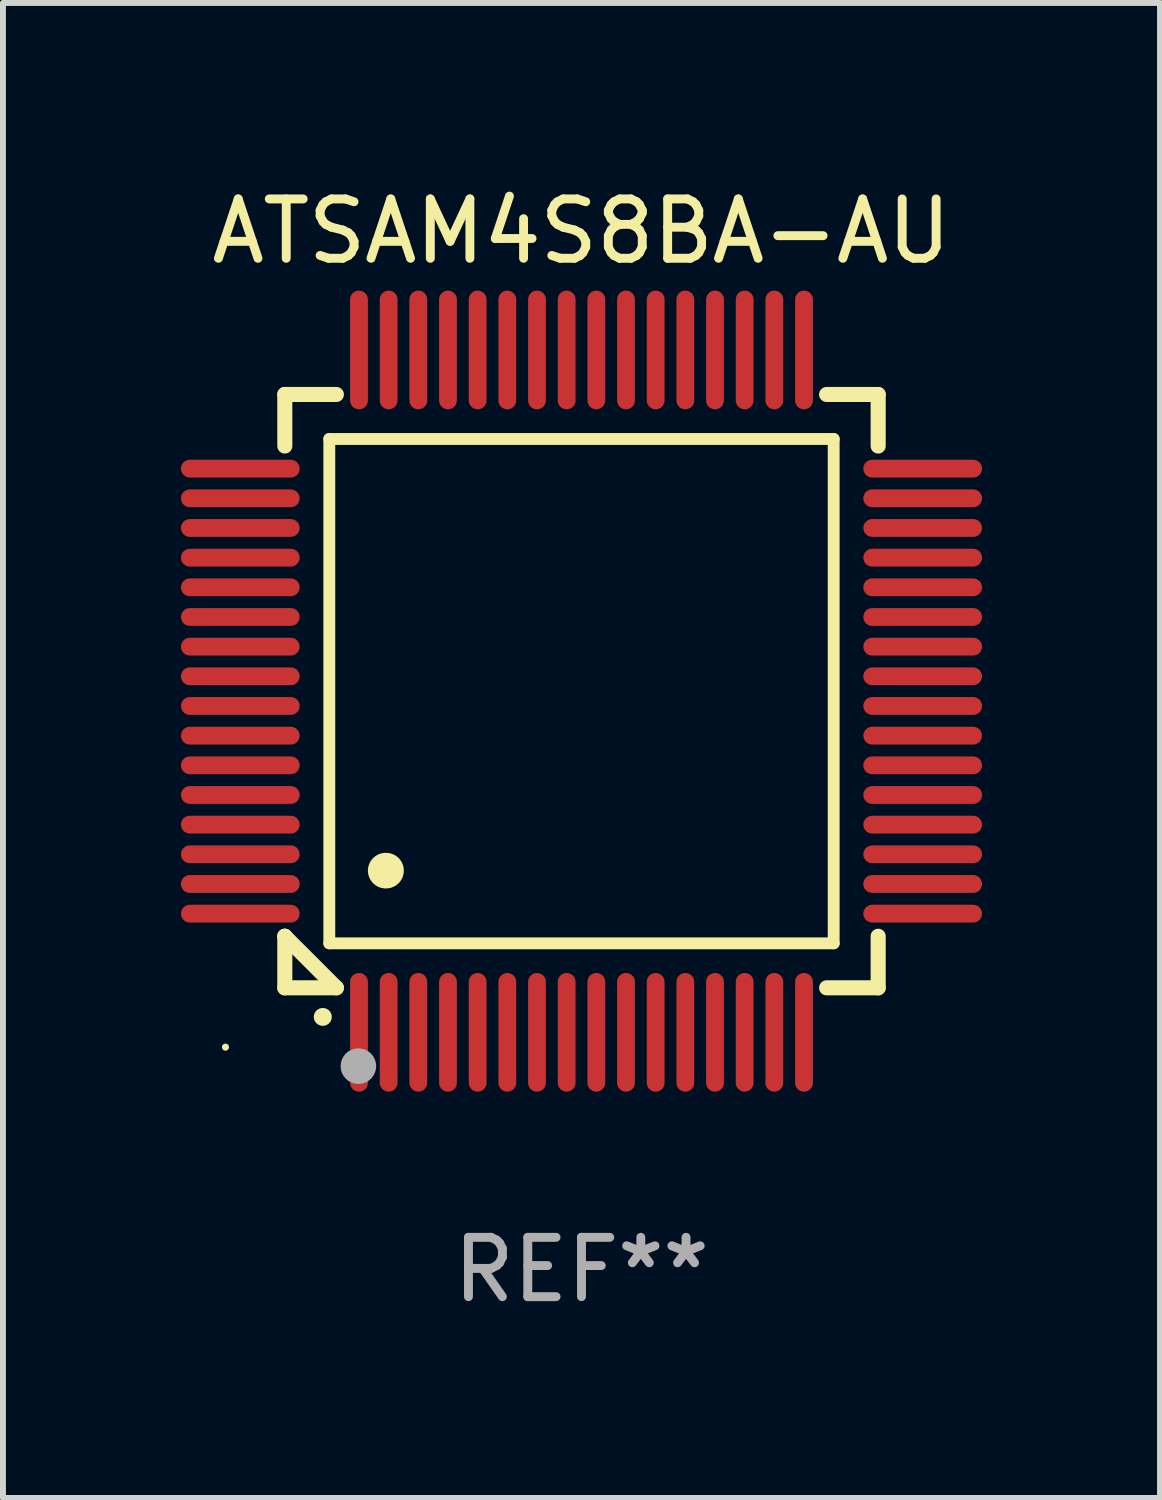
<source format=kicad_pcb>
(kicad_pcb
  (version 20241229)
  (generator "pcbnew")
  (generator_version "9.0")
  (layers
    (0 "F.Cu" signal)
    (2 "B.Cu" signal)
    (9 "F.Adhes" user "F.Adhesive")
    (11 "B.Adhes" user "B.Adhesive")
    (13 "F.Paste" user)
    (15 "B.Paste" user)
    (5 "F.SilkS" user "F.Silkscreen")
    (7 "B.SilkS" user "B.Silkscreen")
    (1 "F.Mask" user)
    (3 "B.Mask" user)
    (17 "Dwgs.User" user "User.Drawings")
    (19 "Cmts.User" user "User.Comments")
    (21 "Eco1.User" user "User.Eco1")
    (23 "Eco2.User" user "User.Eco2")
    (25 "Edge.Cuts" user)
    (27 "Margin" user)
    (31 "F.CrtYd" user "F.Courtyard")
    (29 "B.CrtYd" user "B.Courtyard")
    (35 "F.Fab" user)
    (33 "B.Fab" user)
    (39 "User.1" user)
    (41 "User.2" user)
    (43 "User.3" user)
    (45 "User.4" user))
  (footprint "ATSAM4S8BA-AU"
    (layer "F.Cu")
    (at 6.75 8.598)
    (property "Reference" "ATSAM4S8BA-AU" (at 0 -7.75 0) (layer "F.SilkS") (effects (font (size 1 1) (thickness 0.15))))
    (attr through_hole)
    (fp_line (start -5 -5) (end -4.131 -5) (stroke (width 0.254) (type solid)) (layer "F.SilkS"))
    (fp_line (start -5 -4.131) (end -5 -5) (stroke (width 0.254) (type solid)) (layer "F.SilkS"))
    (fp_line (start -5 4.131) (end -5 4.131) (stroke (width 0.254) (type solid)) (layer "F.SilkS"))
    (fp_line (start -5 5) (end -5 4.131) (stroke (width 0.254) (type solid)) (layer "F.SilkS"))
    (fp_line (start -5 4.131) (end -4.131 5) (stroke (width 0.254) (type solid)) (layer "F.SilkS"))
    (fp_line (start -4.25 -4.25) (end -4.25 4.25) (stroke (width 0.2) (type solid)) (layer "F.SilkS"))
    (fp_line (start -4.25 4.25) (end 4.25 4.25) (stroke (width 0.2) (type solid)) (layer "F.SilkS"))
    (fp_line (start -4.131 5) (end -5 5) (stroke (width 0.254) (type solid)) (layer "F.SilkS"))
    (fp_line (start 4.25 -4.25) (end -4.25 -4.25) (stroke (width 0.2) (type solid)) (layer "F.SilkS"))
    (fp_line (start 4.25 4.25) (end 4.25 -4.25) (stroke (width 0.2) (type solid)) (layer "F.SilkS"))
    (fp_line (start 5 -5) (end 4.131 -5) (stroke (width 0.254) (type solid)) (layer "F.SilkS"))
    (fp_line (start 5 -5) (end 5 -4.131) (stroke (width 0.254) (type solid)) (layer "F.SilkS"))
    (fp_line (start 5 4.131) (end 5 5) (stroke (width 0.254) (type solid)) (layer "F.SilkS"))
    (fp_line (start 5 5) (end 4.131 5) (stroke (width 0.254) (type solid)) (layer "F.SilkS"))
    (fp_arc (start -4.361265 5.489992) (mid -4.359995 5.489987) (end -4.358725 5.489992) (stroke (width 0.3) (type solid)) (layer "F.SilkS"))
    (fp_arc (start -3.299467 3.025146) (mid -3.296927 3.025135) (end -3.294387 3.025146) (stroke (width 0.6) (type solid)) (layer "F.SilkS"))
    (fp_circle (center -6 6) (end -5.97 6) (stroke (width 0.06) (type solid)) (fill no) (layer "F.SilkS"))
    (fp_circle (center -3.76 6.32) (end -3.61 6.32) (stroke (width 0.3) (type solid)) (fill no) (layer "F.Fab"))
    (fp_text user "REF**" (at 0 9.75 0) (layer "F.Fab") (effects (font (size 1 1) (thickness 0.15))))
    (pad "1" smd oval (at -3.75 5.75) (size 0.3 2) (layers "F.Cu" "F.Mask" "F.Paste"))
    (pad "2" smd oval (at -3.25 5.75) (size 0.3 2) (layers "F.Cu" "F.Mask" "F.Paste"))
    (pad "3" smd oval (at -2.75 5.75) (size 0.3 2) (layers "F.Cu" "F.Mask" "F.Paste"))
    (pad "4" smd oval (at -2.25 5.75) (size 0.3 2) (layers "F.Cu" "F.Mask" "F.Paste"))
    (pad "5" smd oval (at -1.75 5.75) (size 0.3 2) (layers "F.Cu" "F.Mask" "F.Paste"))
    (pad "6" smd oval (at -1.25 5.75) (size 0.3 2) (layers "F.Cu" "F.Mask" "F.Paste"))
    (pad "7" smd oval (at -0.75 5.75) (size 0.3 2) (layers "F.Cu" "F.Mask" "F.Paste"))
    (pad "8" smd oval (at -0.25 5.75) (size 0.3 2) (layers "F.Cu" "F.Mask" "F.Paste"))
    (pad "9" smd oval (at 0.25 5.75) (size 0.3 2) (layers "F.Cu" "F.Mask" "F.Paste"))
    (pad "10" smd oval (at 0.75 5.75) (size 0.3 2) (layers "F.Cu" "F.Mask" "F.Paste"))
    (pad "11" smd oval (at 1.25 5.75) (size 0.3 2) (layers "F.Cu" "F.Mask" "F.Paste"))
    (pad "12" smd oval (at 1.75 5.75) (size 0.3 2) (layers "F.Cu" "F.Mask" "F.Paste"))
    (pad "13" smd oval (at 2.25 5.75) (size 0.3 2) (layers "F.Cu" "F.Mask" "F.Paste"))
    (pad "14" smd oval (at 2.75 5.75) (size 0.3 2) (layers "F.Cu" "F.Mask" "F.Paste"))
    (pad "15" smd oval (at 3.25 5.75) (size 0.3 2) (layers "F.Cu" "F.Mask" "F.Paste"))
    (pad "16" smd oval (at 3.75 5.75) (size 0.3 2) (layers "F.Cu" "F.Mask" "F.Paste"))
    (pad "17" smd oval (at 5.75 3.75) (size 2 0.3) (layers "F.Cu" "F.Mask" "F.Paste"))
    (pad "18" smd oval (at 5.75 3.25) (size 2 0.3) (layers "F.Cu" "F.Mask" "F.Paste"))
    (pad "19" smd oval (at 5.75 2.75) (size 2 0.3) (layers "F.Cu" "F.Mask" "F.Paste"))
    (pad "20" smd oval (at 5.75 2.25) (size 2 0.3) (layers "F.Cu" "F.Mask" "F.Paste"))
    (pad "21" smd oval (at 5.75 1.75) (size 2 0.3) (layers "F.Cu" "F.Mask" "F.Paste"))
    (pad "22" smd oval (at 5.75 1.25) (size 2 0.3) (layers "F.Cu" "F.Mask" "F.Paste"))
    (pad "23" smd oval (at 5.75 0.75) (size 2 0.3) (layers "F.Cu" "F.Mask" "F.Paste"))
    (pad "24" smd oval (at 5.75 0.25) (size 2 0.3) (layers "F.Cu" "F.Mask" "F.Paste"))
    (pad "25" smd oval (at 5.75 -0.25) (size 2 0.3) (layers "F.Cu" "F.Mask" "F.Paste"))
    (pad "26" smd oval (at 5.75 -0.75) (size 2 0.3) (layers "F.Cu" "F.Mask" "F.Paste"))
    (pad "27" smd oval (at 5.75 -1.25) (size 2 0.3) (layers "F.Cu" "F.Mask" "F.Paste"))
    (pad "28" smd oval (at 5.75 -1.75) (size 2 0.3) (layers "F.Cu" "F.Mask" "F.Paste"))
    (pad "29" smd oval (at 5.75 -2.25) (size 2 0.3) (layers "F.Cu" "F.Mask" "F.Paste"))
    (pad "30" smd oval (at 5.75 -2.75) (size 2 0.3) (layers "F.Cu" "F.Mask" "F.Paste"))
    (pad "31" smd oval (at 5.75 -3.25) (size 2 0.3) (layers "F.Cu" "F.Mask" "F.Paste"))
    (pad "32" smd oval (at 5.75 -3.75) (size 2 0.3) (layers "F.Cu" "F.Mask" "F.Paste"))
    (pad "33" smd oval (at 3.75 -5.75) (size 0.3 2) (layers "F.Cu" "F.Mask" "F.Paste"))
    (pad "34" smd oval (at 3.25 -5.75) (size 0.3 2) (layers "F.Cu" "F.Mask" "F.Paste"))
    (pad "35" smd oval (at 2.75 -5.75) (size 0.3 2) (layers "F.Cu" "F.Mask" "F.Paste"))
    (pad "36" smd oval (at 2.25 -5.75) (size 0.3 2) (layers "F.Cu" "F.Mask" "F.Paste"))
    (pad "37" smd oval (at 1.75 -5.75) (size 0.3 2) (layers "F.Cu" "F.Mask" "F.Paste"))
    (pad "38" smd oval (at 1.25 -5.75) (size 0.3 2) (layers "F.Cu" "F.Mask" "F.Paste"))
    (pad "39" smd oval (at 0.75 -5.75) (size 0.3 2) (layers "F.Cu" "F.Mask" "F.Paste"))
    (pad "40" smd oval (at 0.25 -5.75) (size 0.3 2) (layers "F.Cu" "F.Mask" "F.Paste"))
    (pad "41" smd oval (at -0.25 -5.75) (size 0.3 2) (layers "F.Cu" "F.Mask" "F.Paste"))
    (pad "42" smd oval (at -0.75 -5.75) (size 0.3 2) (layers "F.Cu" "F.Mask" "F.Paste"))
    (pad "43" smd oval (at -1.25 -5.75) (size 0.3 2) (layers "F.Cu" "F.Mask" "F.Paste"))
    (pad "44" smd oval (at -1.75 -5.75) (size 0.3 2) (layers "F.Cu" "F.Mask" "F.Paste"))
    (pad "45" smd oval (at -2.25 -5.75) (size 0.3 2) (layers "F.Cu" "F.Mask" "F.Paste"))
    (pad "46" smd oval (at -2.75 -5.75) (size 0.3 2) (layers "F.Cu" "F.Mask" "F.Paste"))
    (pad "47" smd oval (at -3.25 -5.75) (size 0.3 2) (layers "F.Cu" "F.Mask" "F.Paste"))
    (pad "48" smd oval (at -3.75 -5.75) (size 0.3 2) (layers "F.Cu" "F.Mask" "F.Paste"))
    (pad "49" smd oval (at -5.75 -3.75) (size 2 0.3) (layers "F.Cu" "F.Mask" "F.Paste"))
    (pad "50" smd oval (at -5.75 -3.25) (size 2 0.3) (layers "F.Cu" "F.Mask" "F.Paste"))
    (pad "51" smd oval (at -5.75 -2.75) (size 2 0.3) (layers "F.Cu" "F.Mask" "F.Paste"))
    (pad "52" smd oval (at -5.75 -2.25) (size 2 0.3) (layers "F.Cu" "F.Mask" "F.Paste"))
    (pad "53" smd oval (at -5.75 -1.75) (size 2 0.3) (layers "F.Cu" "F.Mask" "F.Paste"))
    (pad "54" smd oval (at -5.75 -1.25) (size 2 0.3) (layers "F.Cu" "F.Mask" "F.Paste"))
    (pad "55" smd oval (at -5.75 -0.75) (size 2 0.3) (layers "F.Cu" "F.Mask" "F.Paste"))
    (pad "56" smd oval (at -5.75 -0.25) (size 2 0.3) (layers "F.Cu" "F.Mask" "F.Paste"))
    (pad "57" smd oval (at -5.75 0.25) (size 2 0.3) (layers "F.Cu" "F.Mask" "F.Paste"))
    (pad "58" smd oval (at -5.75 0.75) (size 2 0.3) (layers "F.Cu" "F.Mask" "F.Paste"))
    (pad "59" smd oval (at -5.75 1.25) (size 2 0.3) (layers "F.Cu" "F.Mask" "F.Paste"))
    (pad "60" smd oval (at -5.75 1.75) (size 2 0.3) (layers "F.Cu" "F.Mask" "F.Paste"))
    (pad "61" smd oval (at -5.75 2.25) (size 2 0.3) (layers "F.Cu" "F.Mask" "F.Paste"))
    (pad "62" smd oval (at -5.75 2.75) (size 2 0.3) (layers "F.Cu" "F.Mask" "F.Paste"))
    (pad "63" smd oval (at -5.75 3.25) (size 2 0.3) (layers "F.Cu" "F.Mask" "F.Paste"))
    (pad "64" smd oval (at -5.75 3.75) (size 2 0.3) (layers "F.Cu" "F.Mask" "F.Paste")))
  (gr_rect
    (start -3 -3)
    (end 16.5 22.196)
    (stroke (width 0.1) (type default))
    (fill no)
    (layer "Edge.Cuts")))
</source>
